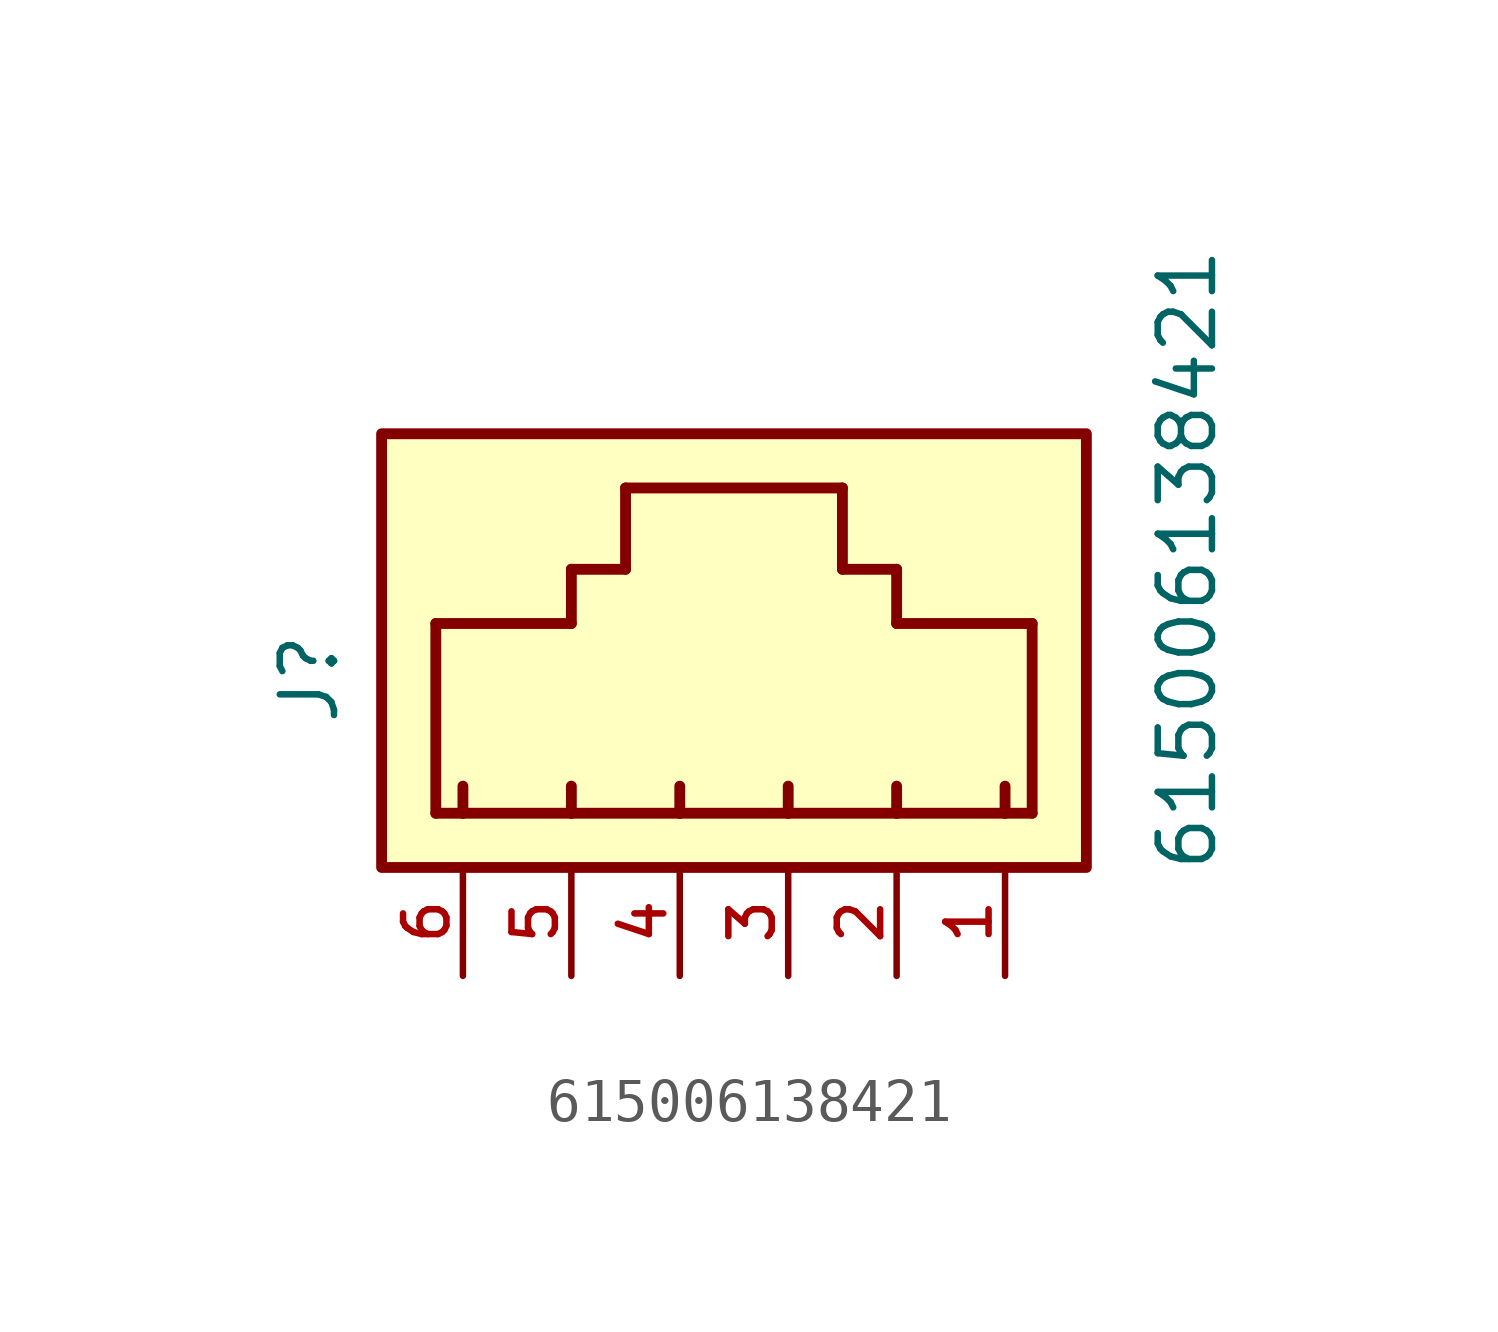
<source format=kicad_sym>
(kicad_symbol_lib
  (version 20211014)
  (generator kicad_symbol_editor)
  (symbol "615006138421"
    (pin_names
      (offset 1.016))
    (property "Reference" "J"
      (at -10.477 -0.662 90.0)
      (effects (font (size 1.27 1.27)) (justify bottom)))
    (property "Value" "615006138421"
      (at 10.09 -5.224 90.0)
      (effects (font (size 1.27 1.27)) (justify bottom left)))
    (symbol "615006138421_0_0"
      (polyline (pts (xy -8.255 -3.81) (xy -8.255 0.635)) (stroke (width 0.254)))
      (polyline (pts (xy -3.81 3.81) (xy 1.27 3.81)) (stroke (width 0.254)))
      (polyline (pts (xy 5.715 0.635) (xy 5.715 -3.81)) (stroke (width 0.254)))
      (polyline (pts (xy 5.715 -3.81) (xy 5.08 -3.81)) (stroke (width 0.254)))
      (polyline (pts (xy 5.08 -3.81) (xy 2.54 -3.81)) (stroke (width 0.254)))
      (polyline (pts (xy 2.54 -3.81) (xy 0.0 -3.81)) (stroke (width 0.254)))
      (polyline (pts (xy 0.0 -3.81) (xy -2.54 -3.81)) (stroke (width 0.254)))
      (polyline (pts (xy -2.54 -3.81) (xy -5.08 -3.81)) (stroke (width 0.254)))
      (polyline (pts (xy -5.08 -3.81) (xy -7.62 -3.81)) (stroke (width 0.254)))
      (polyline (pts (xy -7.62 -3.81) (xy -8.255 -3.81)) (stroke (width 0.254)))
      (polyline (pts (xy -8.255 0.635) (xy -5.08 0.635)) (stroke (width 0.254)))
      (polyline (pts (xy -5.08 0.635) (xy -5.08 1.905)) (stroke (width 0.254)))
      (polyline (pts (xy -5.08 1.905) (xy -3.81 1.905)) (stroke (width 0.254)))
      (polyline (pts (xy -3.81 1.905) (xy -3.81 3.81)) (stroke (width 0.254)))
      (polyline (pts (xy 5.715 0.635) (xy 2.54 0.635)) (stroke (width 0.254)))
      (polyline (pts (xy 2.54 0.635) (xy 2.54 1.905)) (stroke (width 0.254)))
      (polyline (pts (xy 2.54 1.905) (xy 1.27 1.905)) (stroke (width 0.254)))
      (polyline (pts (xy 1.27 1.905) (xy 1.27 3.81)) (stroke (width 0.254)))
      (polyline (pts (xy -7.62 -3.81) (xy -7.62 -3.175)) (stroke (width 0.254)))
      (polyline (pts (xy -5.08 -3.81) (xy -5.08 -3.175)) (stroke (width 0.254)))
      (polyline (pts (xy -2.54 -3.81) (xy -2.54 -3.175)) (stroke (width 0.254)))
      (polyline (pts (xy 0.0 -3.81) (xy 0.0 -3.175)) (stroke (width 0.254)))
      (polyline (pts (xy 2.54 -3.81) (xy 2.54 -3.175)) (stroke (width 0.254)))
      (polyline (pts (xy 5.08 -3.81) (xy 5.08 -3.175)) (stroke (width 0.254)))
      (rectangle (start -9.525 -5.08) (end 6.985 5.08) (stroke (width 0.254)) (fill (type background)))
      (pin passive line (at -7.62 -7.62 90.0) (length 2.54) (name "~" (effects (font (size 1.016 1.016)))) (number "6" (effects (font (size 1.016 1.016)))))
      (pin passive line (at -5.08 -7.62 90.0) (length 2.54) (name "~" (effects (font (size 1.016 1.016)))) (number "5" (effects (font (size 1.016 1.016)))))
      (pin passive line (at -2.54 -7.62 90.0) (length 2.54) (name "~" (effects (font (size 1.016 1.016)))) (number "4" (effects (font (size 1.016 1.016)))))
      (pin passive line (at 0.0 -7.62 90.0) (length 2.54) (name "~" (effects (font (size 1.016 1.016)))) (number "3" (effects (font (size 1.016 1.016)))))
      (pin passive line (at 5.08 -7.62 90.0) (length 2.54) (name "~" (effects (font (size 1.016 1.016)))) (number "1" (effects (font (size 1.016 1.016)))))
      (pin passive line (at 2.54 -7.62 90.0) (length 2.54) (name "~" (effects (font (size 1.016 1.016)))) (number "2" (effects (font (size 1.016 1.016))))))))
</source>
